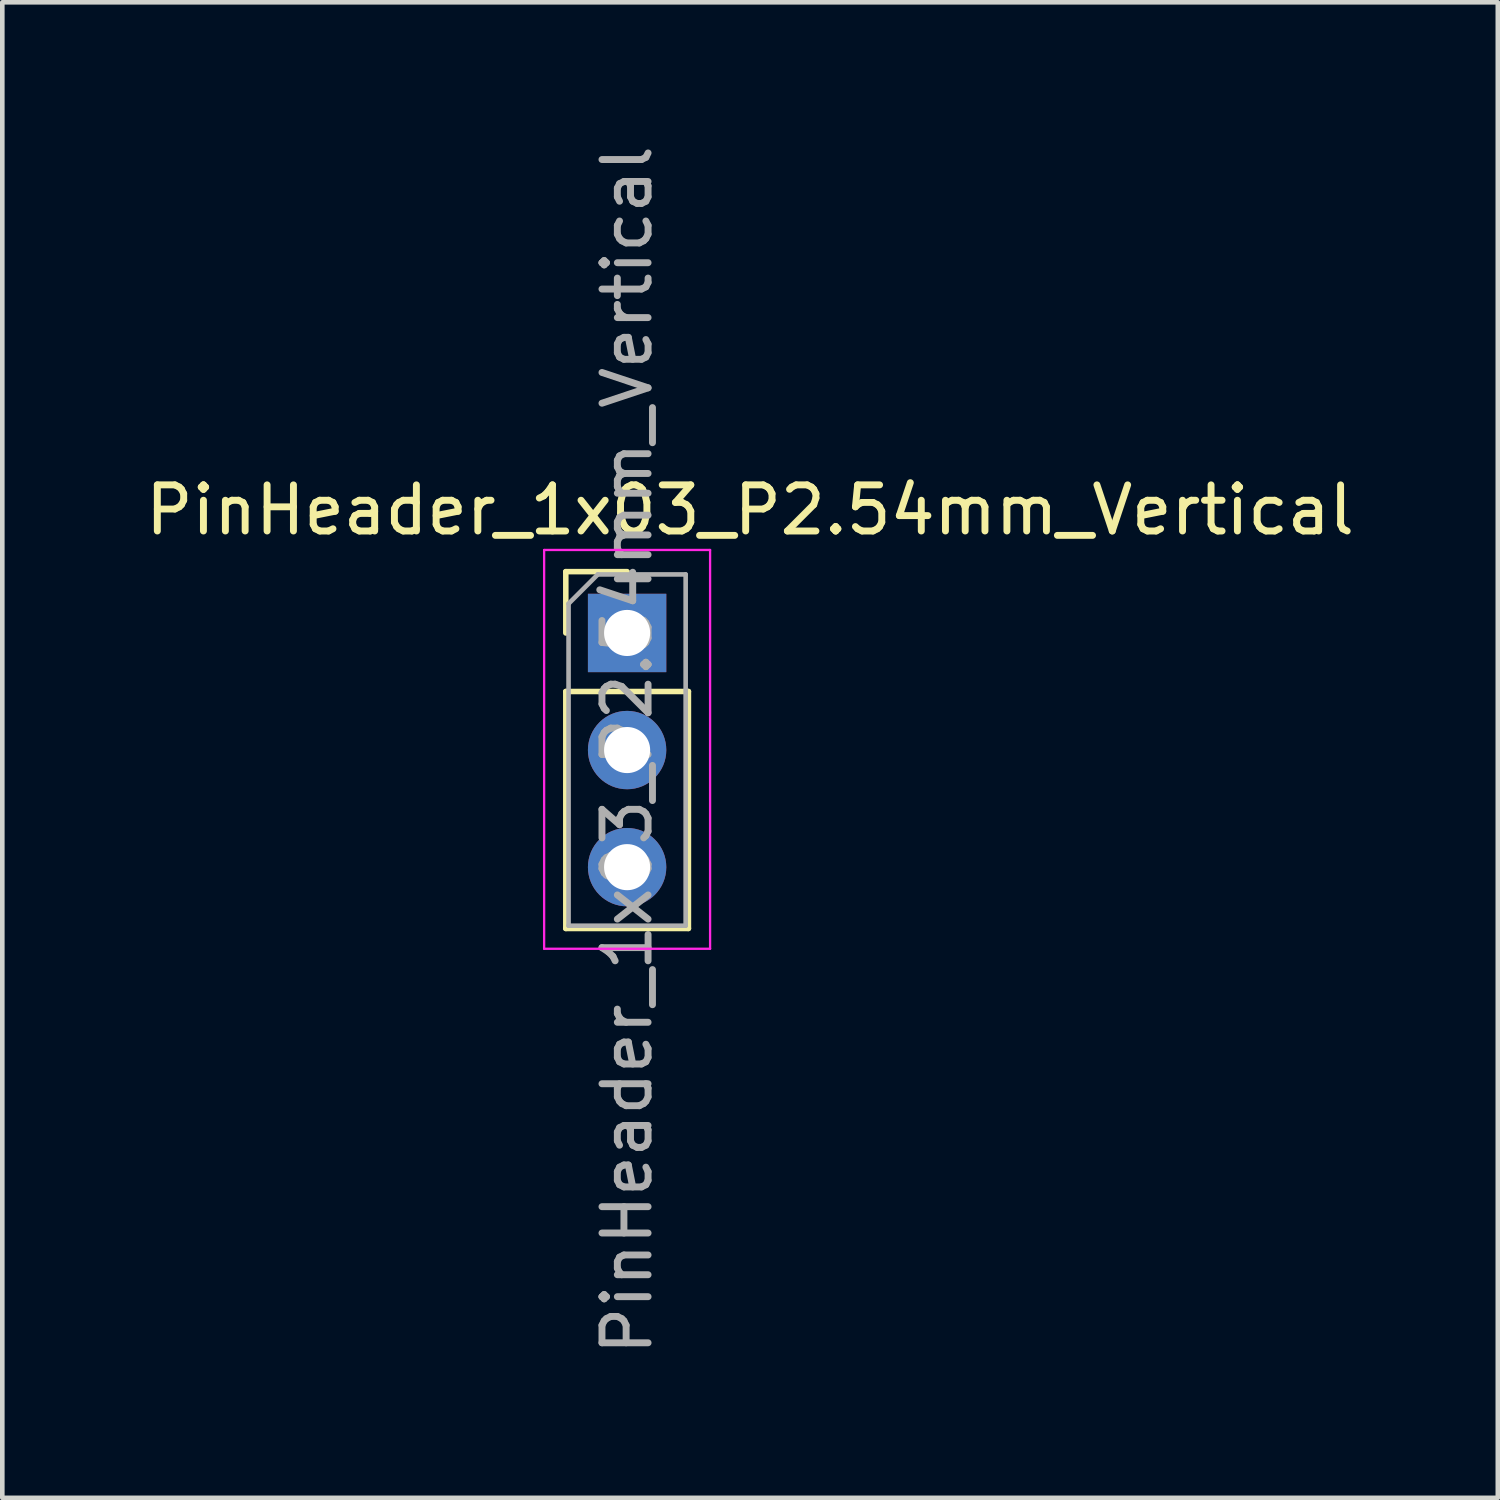
<source format=kicad_pcb>
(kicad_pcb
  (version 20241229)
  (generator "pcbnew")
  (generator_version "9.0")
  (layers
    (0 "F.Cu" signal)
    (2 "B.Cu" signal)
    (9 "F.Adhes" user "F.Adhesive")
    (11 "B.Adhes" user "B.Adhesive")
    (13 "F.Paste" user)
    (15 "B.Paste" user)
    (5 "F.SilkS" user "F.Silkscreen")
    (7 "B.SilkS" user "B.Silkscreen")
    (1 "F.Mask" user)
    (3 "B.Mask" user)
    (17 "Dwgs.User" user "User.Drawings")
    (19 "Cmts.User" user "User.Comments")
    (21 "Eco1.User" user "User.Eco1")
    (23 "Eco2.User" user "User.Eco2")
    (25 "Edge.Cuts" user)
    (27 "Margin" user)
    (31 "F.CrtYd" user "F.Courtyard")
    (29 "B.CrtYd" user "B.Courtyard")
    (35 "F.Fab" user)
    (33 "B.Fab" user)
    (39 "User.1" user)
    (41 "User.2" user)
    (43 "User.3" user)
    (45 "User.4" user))
  (footprint "PinHeader_1x03_P2.54mm_Vertical"
    (layer "F.Cu")
    (at 10.553 10.68)
    (property "Reference" "PinHeader_1x03_P2.54mm_Vertical" (at 2.667 -2.667 180) (layer "F.SilkS") (effects (font (size 1 1) (thickness 0.15))))
    (attr through_hole)
    (fp_line (start -1.33 -1.33) (end 0 -1.33) (stroke (width 0.12) (type solid)) (layer "F.SilkS"))
    (fp_line (start -1.33 0) (end -1.33 -1.33) (stroke (width 0.12) (type solid)) (layer "F.SilkS"))
    (fp_line (start -1.33 1.27) (end -1.33 6.41) (stroke (width 0.12) (type solid)) (layer "F.SilkS"))
    (fp_line (start -1.33 1.27) (end 1.33 1.27) (stroke (width 0.12) (type solid)) (layer "F.SilkS"))
    (fp_line (start -1.33 6.41) (end 1.33 6.41) (stroke (width 0.12) (type solid)) (layer "F.SilkS"))
    (fp_line (start 1.33 1.27) (end 1.33 6.41) (stroke (width 0.12) (type solid)) (layer "F.SilkS"))
    (fp_line (start -1.8 -1.8) (end -1.8 6.85) (stroke (width 0.05) (type solid)) (layer "F.CrtYd"))
    (fp_line (start -1.8 6.85) (end 1.8 6.85) (stroke (width 0.05) (type solid)) (layer "F.CrtYd"))
    (fp_line (start 1.8 -1.8) (end -1.8 -1.8) (stroke (width 0.05) (type solid)) (layer "F.CrtYd"))
    (fp_line (start 1.8 6.85) (end 1.8 -1.8) (stroke (width 0.05) (type solid)) (layer "F.CrtYd"))
    (fp_line (start -1.27 -0.635) (end -0.635 -1.27) (stroke (width 0.1) (type solid)) (layer "F.Fab"))
    (fp_line (start -1.27 6.35) (end -1.27 -0.635) (stroke (width 0.1) (type solid)) (layer "F.Fab"))
    (fp_line (start -0.635 -1.27) (end 1.27 -1.27) (stroke (width 0.1) (type solid)) (layer "F.Fab"))
    (fp_line (start 1.27 -1.27) (end 1.27 6.35) (stroke (width 0.1) (type solid)) (layer "F.Fab"))
    (fp_line (start 1.27 6.35) (end -1.27 6.35) (stroke (width 0.1) (type solid)) (layer "F.Fab"))
    (fp_text user "${REFERENCE}" (at 0 2.54 90) (layer "F.Fab") (effects (font (size 1 1) (thickness 0.15))))
    (pad "1" thru_hole rect (at 0 0) (size 1.7 1.7) (drill 1) (layers "*.Cu" "*.Mask"))
    (pad "2" thru_hole oval (at 0 2.54) (size 1.7 1.7) (drill 1) (layers "*.Cu" "*.Mask"))
    (pad "3" thru_hole oval (at 0 5.08) (size 1.7 1.7) (drill 1) (layers "*.Cu" "*.Mask")))
  (gr_rect
    (start -3 -3)
    (end 29.44 29.44)
    (stroke (width 0.1) (type default))
    (fill no)
    (layer "Edge.Cuts")))
</source>
